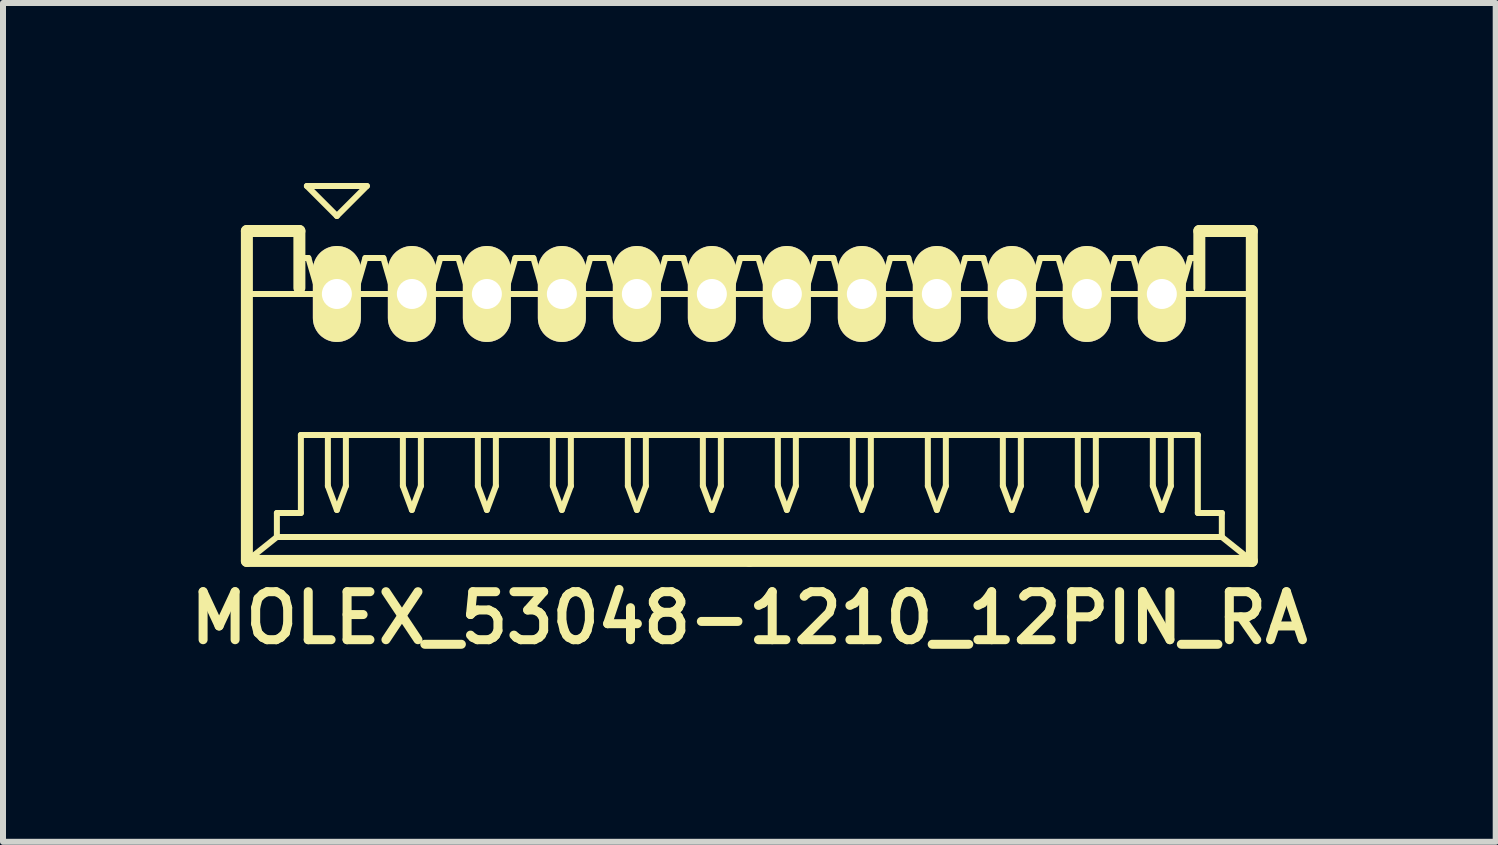
<source format=kicad_pcb>
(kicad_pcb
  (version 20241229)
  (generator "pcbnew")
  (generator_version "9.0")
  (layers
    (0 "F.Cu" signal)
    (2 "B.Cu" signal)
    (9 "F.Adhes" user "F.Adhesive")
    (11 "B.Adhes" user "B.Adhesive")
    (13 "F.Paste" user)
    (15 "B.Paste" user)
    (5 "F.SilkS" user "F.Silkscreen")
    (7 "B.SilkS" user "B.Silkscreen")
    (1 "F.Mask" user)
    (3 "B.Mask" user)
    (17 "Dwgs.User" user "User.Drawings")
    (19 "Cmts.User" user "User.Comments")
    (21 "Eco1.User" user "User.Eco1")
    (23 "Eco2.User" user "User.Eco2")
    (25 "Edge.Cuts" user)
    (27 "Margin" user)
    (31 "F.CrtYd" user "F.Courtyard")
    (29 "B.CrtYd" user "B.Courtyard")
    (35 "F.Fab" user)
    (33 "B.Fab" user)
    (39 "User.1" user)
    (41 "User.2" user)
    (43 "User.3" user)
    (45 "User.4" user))
  (footprint "MOLEX_53048-1210_12PIN_RA"
    (layer "F.Cu")
    (at 9.44 3.55)
    (property "Reference" "MOLEX_53048-1210_12PIN_RA" (at 0 3.7 0) (layer "F.SilkS") (effects (font (size 0.8 0.8) (thickness 0.15))))
    (attr through_hole)
    (fp_line (start -8.375 -2.75) (end -7.5 -2.75) (stroke (width 0.2) (type solid)) (layer "F.SilkS"))
    (fp_line (start -8.375 -1.7) (end 8.375 -1.7) (stroke (width 0.1) (type solid)) (layer "F.SilkS"))
    (fp_line (start -8.375 2.75) (end -8.375 -2.75) (stroke (width 0.2) (type solid)) (layer "F.SilkS"))
    (fp_line (start -7.875 1.95) (end -7.875 2.35) (stroke (width 0.1) (type solid)) (layer "F.SilkS"))
    (fp_line (start -7.875 2.35) (end -8.375 2.75) (stroke (width 0.1) (type solid)) (layer "F.SilkS"))
    (fp_line (start -7.875 2.35) (end 0 2.35) (stroke (width 0.1) (type solid)) (layer "F.SilkS"))
    (fp_line (start -7.5 -2.75) (end -7.5 -1.8) (stroke (width 0.2) (type solid)) (layer "F.SilkS"))
    (fp_line (start -7.5 -2.3) (end -7.35 -2.3) (stroke (width 0.1) (type solid)) (layer "F.SilkS"))
    (fp_line (start -7.475 0.65) (end -7.475 1.95) (stroke (width 0.1) (type solid)) (layer "F.SilkS"))
    (fp_line (start -7.475 1.95) (end -7.875 1.95) (stroke (width 0.1) (type solid)) (layer "F.SilkS"))
    (fp_line (start -7.375 -3.5) (end -6.875 -3) (stroke (width 0.1) (type solid)) (layer "F.SilkS"))
    (fp_line (start -7.35 -2.3) (end -7.175 -1.7) (stroke (width 0.1) (type solid)) (layer "F.SilkS"))
    (fp_line (start -7.175 -1.7) (end -6.575 -1.7) (stroke (width 0.1) (type solid)) (layer "F.SilkS"))
    (fp_line (start -7.025 0.65) (end -7.025 1.5) (stroke (width 0.1) (type solid)) (layer "F.SilkS"))
    (fp_line (start -7.025 1.5) (end -6.875 1.9) (stroke (width 0.1) (type solid)) (layer "F.SilkS"))
    (fp_line (start -6.875 -3) (end -6.375 -3.5) (stroke (width 0.1) (type solid)) (layer "F.SilkS"))
    (fp_line (start -6.875 1.9) (end -6.725 1.5) (stroke (width 0.1) (type solid)) (layer "F.SilkS"))
    (fp_line (start -6.725 1.5) (end -6.725 0.65) (stroke (width 0.1) (type solid)) (layer "F.SilkS"))
    (fp_line (start -6.575 -1.7) (end -6.4 -2.3) (stroke (width 0.1) (type solid)) (layer "F.SilkS"))
    (fp_line (start -6.4 -2.3) (end -6.25 -2.3) (stroke (width 0.1) (type solid)) (layer "F.SilkS"))
    (fp_line (start -6.375 -3.5) (end -7.375 -3.5) (stroke (width 0.1) (type solid)) (layer "F.SilkS"))
    (fp_line (start -6.25 -2.3) (end -6.1 -2.3) (stroke (width 0.1) (type solid)) (layer "F.SilkS"))
    (fp_line (start -6.1 -2.3) (end -5.925 -1.7) (stroke (width 0.1) (type solid)) (layer "F.SilkS"))
    (fp_line (start -5.925 -1.7) (end -5.325 -1.7) (stroke (width 0.1) (type solid)) (layer "F.SilkS"))
    (fp_line (start -5.775 0.65) (end -5.775 1.5) (stroke (width 0.1) (type solid)) (layer "F.SilkS"))
    (fp_line (start -5.775 1.5) (end -5.625 1.9) (stroke (width 0.1) (type solid)) (layer "F.SilkS"))
    (fp_line (start -5.625 1.9) (end -5.475 1.5) (stroke (width 0.1) (type solid)) (layer "F.SilkS"))
    (fp_line (start -5.475 1.5) (end -5.475 0.65) (stroke (width 0.1) (type solid)) (layer "F.SilkS"))
    (fp_line (start -5.325 -1.7) (end -5.15 -2.3) (stroke (width 0.1) (type solid)) (layer "F.SilkS"))
    (fp_line (start -5.15 -2.3) (end -5 -2.3) (stroke (width 0.1) (type solid)) (layer "F.SilkS"))
    (fp_line (start -5 -2.3) (end -4.85 -2.3) (stroke (width 0.1) (type solid)) (layer "F.SilkS"))
    (fp_line (start -4.85 -2.3) (end -4.675 -1.7) (stroke (width 0.1) (type solid)) (layer "F.SilkS"))
    (fp_line (start -4.675 -1.7) (end -4.075 -1.7) (stroke (width 0.1) (type solid)) (layer "F.SilkS"))
    (fp_line (start -4.525 0.65) (end -4.525 1.5) (stroke (width 0.1) (type solid)) (layer "F.SilkS"))
    (fp_line (start -4.525 1.5) (end -4.375 1.9) (stroke (width 0.1) (type solid)) (layer "F.SilkS"))
    (fp_line (start -4.375 1.9) (end -4.225 1.5) (stroke (width 0.1) (type solid)) (layer "F.SilkS"))
    (fp_line (start -4.225 1.5) (end -4.225 0.65) (stroke (width 0.1) (type solid)) (layer "F.SilkS"))
    (fp_line (start -4.075 -1.7) (end -3.9 -2.3) (stroke (width 0.1) (type solid)) (layer "F.SilkS"))
    (fp_line (start -3.9 -2.3) (end -3.75 -2.3) (stroke (width 0.1) (type solid)) (layer "F.SilkS"))
    (fp_line (start -3.75 -2.3) (end -3.6 -2.3) (stroke (width 0.1) (type solid)) (layer "F.SilkS"))
    (fp_line (start -3.6 -2.3) (end -3.425 -1.7) (stroke (width 0.1) (type solid)) (layer "F.SilkS"))
    (fp_line (start -3.425 -1.7) (end -2.825 -1.7) (stroke (width 0.1) (type solid)) (layer "F.SilkS"))
    (fp_line (start -3.275 0.65) (end -3.275 1.5) (stroke (width 0.1) (type solid)) (layer "F.SilkS"))
    (fp_line (start -3.275 1.5) (end -3.125 1.9) (stroke (width 0.1) (type solid)) (layer "F.SilkS"))
    (fp_line (start -3.125 1.9) (end -2.975 1.5) (stroke (width 0.1) (type solid)) (layer "F.SilkS"))
    (fp_line (start -2.975 1.5) (end -2.975 0.65) (stroke (width 0.1) (type solid)) (layer "F.SilkS"))
    (fp_line (start -2.825 -1.7) (end -2.65 -2.3) (stroke (width 0.1) (type solid)) (layer "F.SilkS"))
    (fp_line (start -2.65 -2.3) (end -2.5 -2.3) (stroke (width 0.1) (type solid)) (layer "F.SilkS"))
    (fp_line (start -2.5 -2.3) (end -2.35 -2.3) (stroke (width 0.1) (type solid)) (layer "F.SilkS"))
    (fp_line (start -2.35 -2.3) (end -2.175 -1.7) (stroke (width 0.1) (type solid)) (layer "F.SilkS"))
    (fp_line (start -2.175 -1.7) (end -1.575 -1.7) (stroke (width 0.1) (type solid)) (layer "F.SilkS"))
    (fp_line (start -2.025 0.65) (end -2.025 1.5) (stroke (width 0.1) (type solid)) (layer "F.SilkS"))
    (fp_line (start -2.025 1.5) (end -1.875 1.9) (stroke (width 0.1) (type solid)) (layer "F.SilkS"))
    (fp_line (start -1.875 1.9) (end -1.725 1.5) (stroke (width 0.1) (type solid)) (layer "F.SilkS"))
    (fp_line (start -1.725 1.5) (end -1.725 0.65) (stroke (width 0.1) (type solid)) (layer "F.SilkS"))
    (fp_line (start -1.575 -1.7) (end -1.4 -2.3) (stroke (width 0.1) (type solid)) (layer "F.SilkS"))
    (fp_line (start -1.4 -2.3) (end -1.25 -2.3) (stroke (width 0.1) (type solid)) (layer "F.SilkS"))
    (fp_line (start -1.25 -2.3) (end -1.1 -2.3) (stroke (width 0.1) (type solid)) (layer "F.SilkS"))
    (fp_line (start -1.1 -2.3) (end -0.925 -1.7) (stroke (width 0.1) (type solid)) (layer "F.SilkS"))
    (fp_line (start -0.925 -1.7) (end -0.325 -1.7) (stroke (width 0.1) (type solid)) (layer "F.SilkS"))
    (fp_line (start -0.775 0.65) (end -0.775 1.5) (stroke (width 0.1) (type solid)) (layer "F.SilkS"))
    (fp_line (start -0.775 1.5) (end -0.625 1.9) (stroke (width 0.1) (type solid)) (layer "F.SilkS"))
    (fp_line (start -0.625 1.9) (end -0.475 1.5) (stroke (width 0.1) (type solid)) (layer "F.SilkS"))
    (fp_line (start -0.475 1.5) (end -0.475 0.65) (stroke (width 0.1) (type solid)) (layer "F.SilkS"))
    (fp_line (start -0.325 -1.7) (end -0.15 -2.3) (stroke (width 0.1) (type solid)) (layer "F.SilkS"))
    (fp_line (start -0.15 -2.3) (end 0 -2.3) (stroke (width 0.1) (type solid)) (layer "F.SilkS"))
    (fp_line (start 0 -2.3) (end 0.15 -2.3) (stroke (width 0.1) (type solid)) (layer "F.SilkS"))
    (fp_line (start 0 0.65) (end -7.475 0.65) (stroke (width 0.1) (type solid)) (layer "F.SilkS"))
    (fp_line (start 0 0.65) (end 7.475 0.65) (stroke (width 0.1) (type solid)) (layer "F.SilkS"))
    (fp_line (start 0 2.75) (end -8.375 2.75) (stroke (width 0.2) (type solid)) (layer "F.SilkS"))
    (fp_line (start 0 2.75) (end 8.375 2.75) (stroke (width 0.2) (type solid)) (layer "F.SilkS"))
    (fp_line (start 0.15 -2.3) (end 0.325 -1.7) (stroke (width 0.1) (type solid)) (layer "F.SilkS"))
    (fp_line (start 0.325 -1.7) (end 0.925 -1.7) (stroke (width 0.1) (type solid)) (layer "F.SilkS"))
    (fp_line (start 0.475 0.65) (end 0.475 1.5) (stroke (width 0.1) (type solid)) (layer "F.SilkS"))
    (fp_line (start 0.475 1.5) (end 0.625 1.9) (stroke (width 0.1) (type solid)) (layer "F.SilkS"))
    (fp_line (start 0.625 1.9) (end 0.775 1.5) (stroke (width 0.1) (type solid)) (layer "F.SilkS"))
    (fp_line (start 0.775 1.5) (end 0.775 0.65) (stroke (width 0.1) (type solid)) (layer "F.SilkS"))
    (fp_line (start 0.925 -1.7) (end 1.1 -2.3) (stroke (width 0.1) (type solid)) (layer "F.SilkS"))
    (fp_line (start 1.1 -2.3) (end 1.25 -2.3) (stroke (width 0.1) (type solid)) (layer "F.SilkS"))
    (fp_line (start 1.25 -2.3) (end 1.4 -2.3) (stroke (width 0.1) (type solid)) (layer "F.SilkS"))
    (fp_line (start 1.4 -2.3) (end 1.575 -1.7) (stroke (width 0.1) (type solid)) (layer "F.SilkS"))
    (fp_line (start 1.575 -1.7) (end 2.175 -1.7) (stroke (width 0.1) (type solid)) (layer "F.SilkS"))
    (fp_line (start 1.725 0.65) (end 1.725 1.5) (stroke (width 0.1) (type solid)) (layer "F.SilkS"))
    (fp_line (start 1.725 1.5) (end 1.875 1.9) (stroke (width 0.1) (type solid)) (layer "F.SilkS"))
    (fp_line (start 1.875 1.9) (end 2.025 1.5) (stroke (width 0.1) (type solid)) (layer "F.SilkS"))
    (fp_line (start 2.025 1.5) (end 2.025 0.65) (stroke (width 0.1) (type solid)) (layer "F.SilkS"))
    (fp_line (start 2.175 -1.7) (end 2.35 -2.3) (stroke (width 0.1) (type solid)) (layer "F.SilkS"))
    (fp_line (start 2.35 -2.3) (end 2.5 -2.3) (stroke (width 0.1) (type solid)) (layer "F.SilkS"))
    (fp_line (start 2.5 -2.3) (end 2.65 -2.3) (stroke (width 0.1) (type solid)) (layer "F.SilkS"))
    (fp_line (start 2.65 -2.3) (end 2.825 -1.7) (stroke (width 0.1) (type solid)) (layer "F.SilkS"))
    (fp_line (start 2.825 -1.7) (end 3.425 -1.7) (stroke (width 0.1) (type solid)) (layer "F.SilkS"))
    (fp_line (start 2.975 0.65) (end 2.975 1.5) (stroke (width 0.1) (type solid)) (layer "F.SilkS"))
    (fp_line (start 2.975 1.5) (end 3.125 1.9) (stroke (width 0.1) (type solid)) (layer "F.SilkS"))
    (fp_line (start 3.125 1.9) (end 3.275 1.5) (stroke (width 0.1) (type solid)) (layer "F.SilkS"))
    (fp_line (start 3.275 1.5) (end 3.275 0.65) (stroke (width 0.1) (type solid)) (layer "F.SilkS"))
    (fp_line (start 3.425 -1.7) (end 3.6 -2.3) (stroke (width 0.1) (type solid)) (layer "F.SilkS"))
    (fp_line (start 3.6 -2.3) (end 3.75 -2.3) (stroke (width 0.1) (type solid)) (layer "F.SilkS"))
    (fp_line (start 3.75 -2.3) (end 3.9 -2.3) (stroke (width 0.1) (type solid)) (layer "F.SilkS"))
    (fp_line (start 3.9 -2.3) (end 4.075 -1.7) (stroke (width 0.1) (type solid)) (layer "F.SilkS"))
    (fp_line (start 4.075 -1.7) (end 4.675 -1.7) (stroke (width 0.1) (type solid)) (layer "F.SilkS"))
    (fp_line (start 4.225 0.65) (end 4.225 1.5) (stroke (width 0.1) (type solid)) (layer "F.SilkS"))
    (fp_line (start 4.225 1.5) (end 4.375 1.9) (stroke (width 0.1) (type solid)) (layer "F.SilkS"))
    (fp_line (start 4.375 1.9) (end 4.525 1.5) (stroke (width 0.1) (type solid)) (layer "F.SilkS"))
    (fp_line (start 4.525 1.5) (end 4.525 0.65) (stroke (width 0.1) (type solid)) (layer "F.SilkS"))
    (fp_line (start 4.675 -1.7) (end 4.85 -2.3) (stroke (width 0.1) (type solid)) (layer "F.SilkS"))
    (fp_line (start 4.85 -2.3) (end 5 -2.3) (stroke (width 0.1) (type solid)) (layer "F.SilkS"))
    (fp_line (start 5 -2.3) (end 5.15 -2.3) (stroke (width 0.1) (type solid)) (layer "F.SilkS"))
    (fp_line (start 5.15 -2.3) (end 5.325 -1.7) (stroke (width 0.1) (type solid)) (layer "F.SilkS"))
    (fp_line (start 5.325 -1.7) (end 5.925 -1.7) (stroke (width 0.1) (type solid)) (layer "F.SilkS"))
    (fp_line (start 5.475 0.65) (end 5.475 1.5) (stroke (width 0.1) (type solid)) (layer "F.SilkS"))
    (fp_line (start 5.475 1.5) (end 5.625 1.9) (stroke (width 0.1) (type solid)) (layer "F.SilkS"))
    (fp_line (start 5.625 1.9) (end 5.775 1.5) (stroke (width 0.1) (type solid)) (layer "F.SilkS"))
    (fp_line (start 5.775 1.5) (end 5.775 0.65) (stroke (width 0.1) (type solid)) (layer "F.SilkS"))
    (fp_line (start 5.925 -1.7) (end 6.1 -2.3) (stroke (width 0.1) (type solid)) (layer "F.SilkS"))
    (fp_line (start 6.1 -2.3) (end 6.25 -2.3) (stroke (width 0.1) (type solid)) (layer "F.SilkS"))
    (fp_line (start 6.25 -2.3) (end 6.4 -2.3) (stroke (width 0.1) (type solid)) (layer "F.SilkS"))
    (fp_line (start 6.4 -2.3) (end 6.575 -1.7) (stroke (width 0.1) (type solid)) (layer "F.SilkS"))
    (fp_line (start 6.575 -1.7) (end 7.175 -1.7) (stroke (width 0.1) (type solid)) (layer "F.SilkS"))
    (fp_line (start 6.725 0.65) (end 6.725 1.5) (stroke (width 0.1) (type solid)) (layer "F.SilkS"))
    (fp_line (start 6.725 1.5) (end 6.875 1.9) (stroke (width 0.1) (type solid)) (layer "F.SilkS"))
    (fp_line (start 6.875 1.9) (end 7.025 1.5) (stroke (width 0.1) (type solid)) (layer "F.SilkS"))
    (fp_line (start 7.025 1.5) (end 7.025 0.65) (stroke (width 0.1) (type solid)) (layer "F.SilkS"))
    (fp_line (start 7.175 -1.7) (end 7.35 -2.3) (stroke (width 0.1) (type solid)) (layer "F.SilkS"))
    (fp_line (start 7.35 -2.3) (end 7.5 -2.3) (stroke (width 0.1) (type solid)) (layer "F.SilkS"))
    (fp_line (start 7.475 0.65) (end 7.475 1.95) (stroke (width 0.1) (type solid)) (layer "F.SilkS"))
    (fp_line (start 7.475 1.95) (end 7.875 1.95) (stroke (width 0.1) (type solid)) (layer "F.SilkS"))
    (fp_line (start 7.5 -2.75) (end 7.5 -1.8) (stroke (width 0.2) (type solid)) (layer "F.SilkS"))
    (fp_line (start 7.875 1.95) (end 7.875 2.35) (stroke (width 0.1) (type solid)) (layer "F.SilkS"))
    (fp_line (start 7.875 2.35) (end 0 2.35) (stroke (width 0.1) (type solid)) (layer "F.SilkS"))
    (fp_line (start 7.875 2.35) (end 8.375 2.75) (stroke (width 0.1) (type solid)) (layer "F.SilkS"))
    (fp_line (start 8.375 -2.75) (end 7.5 -2.75) (stroke (width 0.2) (type solid)) (layer "F.SilkS"))
    (fp_line (start 8.375 2.75) (end 8.375 -2.75) (stroke (width 0.2) (type solid)) (layer "F.SilkS"))
    (pad "1" thru_hole oval (at -6.875 -1.7) (size 0.8 1.6) (drill 0.5) (layers "*.Cu" "*.Mask" "F.SilkS"))
    (pad "2" thru_hole oval (at -5.625 -1.7) (size 0.8 1.6) (drill 0.5) (layers "*.Cu" "*.Mask" "F.SilkS"))
    (pad "3" thru_hole oval (at -4.375 -1.7) (size 0.8 1.6) (drill 0.5) (layers "*.Cu" "*.Mask" "F.SilkS"))
    (pad "4" thru_hole oval (at -3.125 -1.7) (size 0.8 1.6) (drill 0.5) (layers "*.Cu" "*.Mask" "F.SilkS"))
    (pad "5" thru_hole oval (at -1.875 -1.7) (size 0.8 1.6) (drill 0.5) (layers "*.Cu" "*.Mask" "F.SilkS"))
    (pad "6" thru_hole oval (at -0.625 -1.7) (size 0.8 1.6) (drill 0.5) (layers "*.Cu" "*.Mask" "F.SilkS"))
    (pad "7" thru_hole oval (at 0.625 -1.7) (size 0.8 1.6) (drill 0.5) (layers "*.Cu" "*.Mask" "F.SilkS"))
    (pad "8" thru_hole oval (at 1.875 -1.7) (size 0.8 1.6) (drill 0.5) (layers "*.Cu" "*.Mask" "F.SilkS"))
    (pad "9" thru_hole oval (at 3.125 -1.7) (size 0.8 1.6) (drill 0.5) (layers "*.Cu" "*.Mask" "F.SilkS"))
    (pad "10" thru_hole oval (at 4.375 -1.7) (size 0.8 1.6) (drill 0.5) (layers "*.Cu" "*.Mask" "F.SilkS"))
    (pad "11" thru_hole oval (at 5.625 -1.7) (size 0.8 1.6) (drill 0.5) (layers "*.Cu" "*.Mask" "F.SilkS"))
    (pad "12" thru_hole oval (at 6.875 -1.7) (size 0.8 1.6) (drill 0.5) (layers "*.Cu" "*.Mask" "F.SilkS")))
  (gr_rect
    (start -3 -3)
    (end 21.88 10.981)
    (stroke (width 0.1) (type default))
    (fill no)
    (layer "Edge.Cuts")))
</source>
